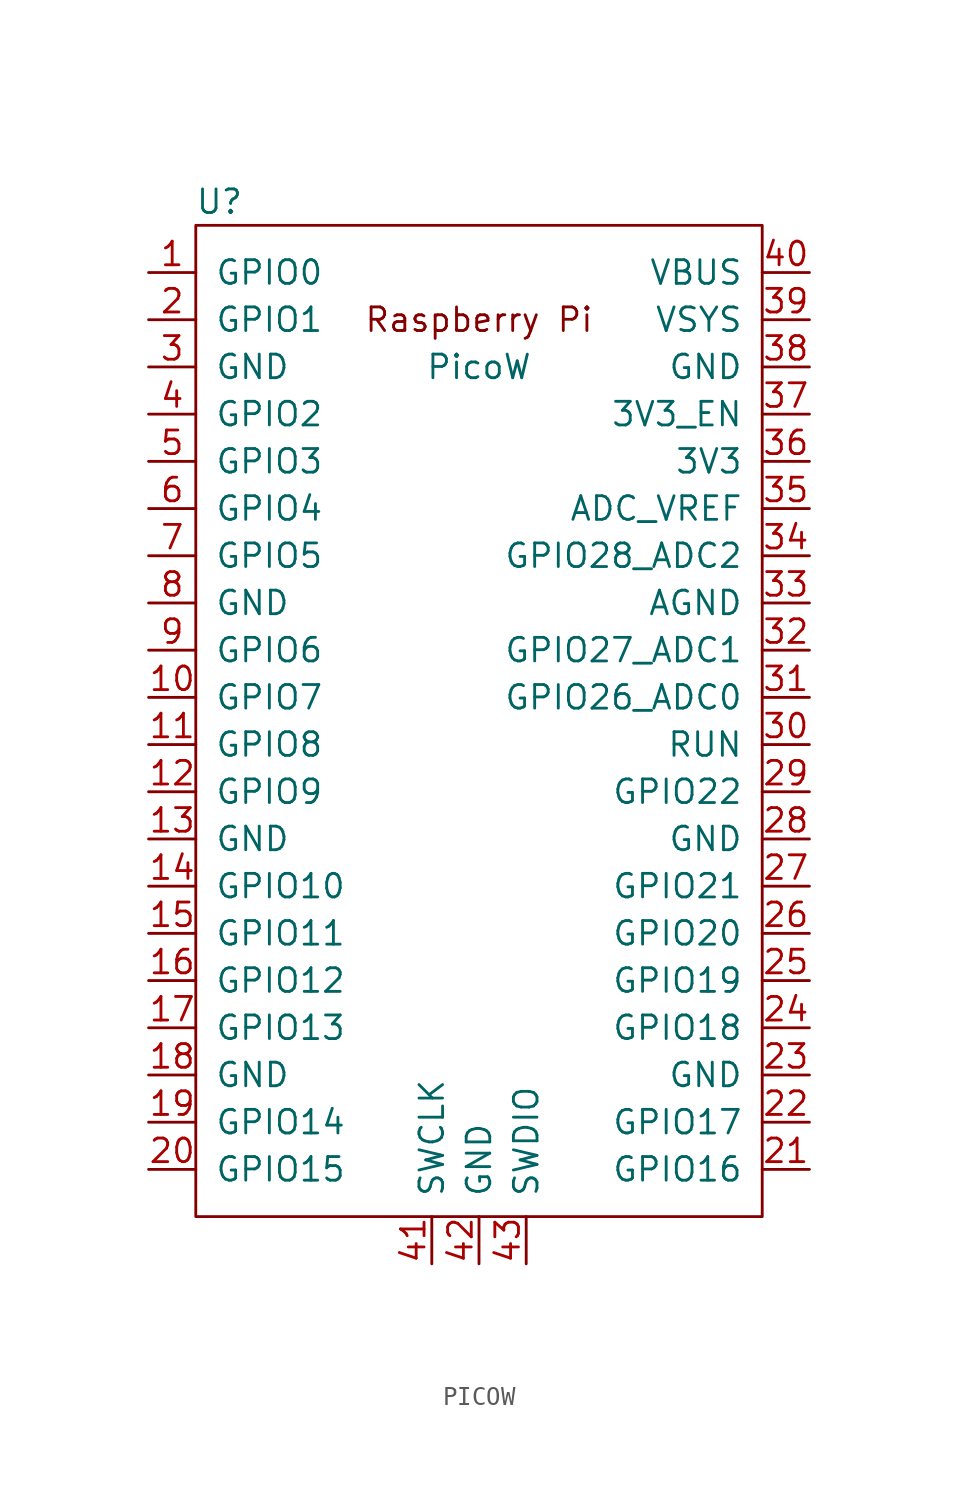
<source format=kicad_sym>
(kicad_symbol_lib
  (version 20231120)
  (generator "kicad_symbol_editor")
  (generator_version "8.0")
  (symbol "PICOW"
    (pin_names
      (offset 1.016))
    (property "Reference" "U"
      (at -13.97 27.94 0)
      (effects (font (size 1.27 1.27))))
    (property "Value" "PicoW"
      (at 0 19.05 0)
      (effects (font (size 1.27 1.27))))
    (symbol "PICOW_0_0"
      (text "Raspberry Pi" (at 0 21.59 0) (effects (font (size 1.27 1.27)))))
    (symbol "PICOW_1_1"
      (rectangle (start -15.24 26.67) (end 15.24 -26.67) (stroke (width 0) (type default)) (fill (type none)))
      (pin bidirectional line (at -17.78 24.13 0) (length 2.54) (name "GPIO0" (effects (font (size 1.27 1.27)))) (number "1" (effects (font (size 1.27 1.27)))))
      (pin bidirectional line (at -17.78 1.27 0) (length 2.54) (name "GPIO7" (effects (font (size 1.27 1.27)))) (number "10" (effects (font (size 1.27 1.27)))))
      (pin bidirectional line (at -17.78 -1.27 0) (length 2.54) (name "GPIO8" (effects (font (size 1.27 1.27)))) (number "11" (effects (font (size 1.27 1.27)))))
      (pin bidirectional line (at -17.78 -3.81 0) (length 2.54) (name "GPIO9" (effects (font (size 1.27 1.27)))) (number "12" (effects (font (size 1.27 1.27)))))
      (pin power_in line (at -17.78 -6.35 0) (length 2.54) (name "GND" (effects (font (size 1.27 1.27)))) (number "13" (effects (font (size 1.27 1.27)))))
      (pin bidirectional line (at -17.78 -8.89 0) (length 2.54) (name "GPIO10" (effects (font (size 1.27 1.27)))) (number "14" (effects (font (size 1.27 1.27)))))
      (pin bidirectional line (at -17.78 -11.43 0) (length 2.54) (name "GPIO11" (effects (font (size 1.27 1.27)))) (number "15" (effects (font (size 1.27 1.27)))))
      (pin bidirectional line (at -17.78 -13.97 0) (length 2.54) (name "GPIO12" (effects (font (size 1.27 1.27)))) (number "16" (effects (font (size 1.27 1.27)))))
      (pin bidirectional line (at -17.78 -16.51 0) (length 2.54) (name "GPIO13" (effects (font (size 1.27 1.27)))) (number "17" (effects (font (size 1.27 1.27)))))
      (pin power_in line (at -17.78 -19.05 0) (length 2.54) (name "GND" (effects (font (size 1.27 1.27)))) (number "18" (effects (font (size 1.27 1.27)))))
      (pin bidirectional line (at -17.78 -21.59 0) (length 2.54) (name "GPIO14" (effects (font (size 1.27 1.27)))) (number "19" (effects (font (size 1.27 1.27)))))
      (pin bidirectional line (at -17.78 21.59 0) (length 2.54) (name "GPIO1" (effects (font (size 1.27 1.27)))) (number "2" (effects (font (size 1.27 1.27)))))
      (pin bidirectional line (at -17.78 -24.13 0) (length 2.54) (name "GPIO15" (effects (font (size 1.27 1.27)))) (number "20" (effects (font (size 1.27 1.27)))))
      (pin bidirectional line (at 17.78 -24.13 180) (length 2.54) (name "GPIO16" (effects (font (size 1.27 1.27)))) (number "21" (effects (font (size 1.27 1.27)))))
      (pin bidirectional line (at 17.78 -21.59 180) (length 2.54) (name "GPIO17" (effects (font (size 1.27 1.27)))) (number "22" (effects (font (size 1.27 1.27)))))
      (pin power_in line (at 17.78 -19.05 180) (length 2.54) (name "GND" (effects (font (size 1.27 1.27)))) (number "23" (effects (font (size 1.27 1.27)))))
      (pin bidirectional line (at 17.78 -16.51 180) (length 2.54) (name "GPIO18" (effects (font (size 1.27 1.27)))) (number "24" (effects (font (size 1.27 1.27)))))
      (pin bidirectional line (at 17.78 -13.97 180) (length 2.54) (name "GPIO19" (effects (font (size 1.27 1.27)))) (number "25" (effects (font (size 1.27 1.27)))))
      (pin bidirectional line (at 17.78 -11.43 180) (length 2.54) (name "GPIO20" (effects (font (size 1.27 1.27)))) (number "26" (effects (font (size 1.27 1.27)))))
      (pin bidirectional line (at 17.78 -8.89 180) (length 2.54) (name "GPIO21" (effects (font (size 1.27 1.27)))) (number "27" (effects (font (size 1.27 1.27)))))
      (pin power_in line (at 17.78 -6.35 180) (length 2.54) (name "GND" (effects (font (size 1.27 1.27)))) (number "28" (effects (font (size 1.27 1.27)))))
      (pin bidirectional line (at 17.78 -3.81 180) (length 2.54) (name "GPIO22" (effects (font (size 1.27 1.27)))) (number "29" (effects (font (size 1.27 1.27)))))
      (pin power_in line (at -17.78 19.05 0) (length 2.54) (name "GND" (effects (font (size 1.27 1.27)))) (number "3" (effects (font (size 1.27 1.27)))))
      (pin input line (at 17.78 -1.27 180) (length 2.54) (name "RUN" (effects (font (size 1.27 1.27)))) (number "30" (effects (font (size 1.27 1.27)))))
      (pin bidirectional line (at 17.78 1.27 180) (length 2.54) (name "GPIO26_ADC0" (effects (font (size 1.27 1.27)))) (number "31" (effects (font (size 1.27 1.27)))))
      (pin bidirectional line (at 17.78 3.81 180) (length 2.54) (name "GPIO27_ADC1" (effects (font (size 1.27 1.27)))) (number "32" (effects (font (size 1.27 1.27)))))
      (pin power_in line (at 17.78 6.35 180) (length 2.54) (name "AGND" (effects (font (size 1.27 1.27)))) (number "33" (effects (font (size 1.27 1.27)))))
      (pin bidirectional line (at 17.78 8.89 180) (length 2.54) (name "GPIO28_ADC2" (effects (font (size 1.27 1.27)))) (number "34" (effects (font (size 1.27 1.27)))))
      (pin unspecified line (at 17.78 11.43 180) (length 2.54) (name "ADC_VREF" (effects (font (size 1.27 1.27)))) (number "35" (effects (font (size 1.27 1.27)))))
      (pin unspecified line (at 17.78 13.97 180) (length 2.54) (name "3V3" (effects (font (size 1.27 1.27)))) (number "36" (effects (font (size 1.27 1.27)))))
      (pin input line (at 17.78 16.51 180) (length 2.54) (name "3V3_EN" (effects (font (size 1.27 1.27)))) (number "37" (effects (font (size 1.27 1.27)))))
      (pin bidirectional line (at 17.78 19.05 180) (length 2.54) (name "GND" (effects (font (size 1.27 1.27)))) (number "38" (effects (font (size 1.27 1.27)))))
      (pin unspecified line (at 17.78 21.59 180) (length 2.54) (name "VSYS" (effects (font (size 1.27 1.27)))) (number "39" (effects (font (size 1.27 1.27)))))
      (pin bidirectional line (at -17.78 16.51 0) (length 2.54) (name "GPIO2" (effects (font (size 1.27 1.27)))) (number "4" (effects (font (size 1.27 1.27)))))
      (pin unspecified line (at 17.78 24.13 180) (length 2.54) (name "VBUS" (effects (font (size 1.27 1.27)))) (number "40" (effects (font (size 1.27 1.27)))))
      (pin input line (at -2.54 -29.21 90) (length 2.54) (name "SWCLK" (effects (font (size 1.27 1.27)))) (number "41" (effects (font (size 1.27 1.27)))))
      (pin power_in line (at 0 -29.21 90) (length 2.54) (name "GND" (effects (font (size 1.27 1.27)))) (number "42" (effects (font (size 1.27 1.27)))))
      (pin bidirectional line (at 2.54 -29.21 90) (length 2.54) (name "SWDIO" (effects (font (size 1.27 1.27)))) (number "43" (effects (font (size 1.27 1.27)))))
      (pin bidirectional line (at -17.78 13.97 0) (length 2.54) (name "GPIO3" (effects (font (size 1.27 1.27)))) (number "5" (effects (font (size 1.27 1.27)))))
      (pin bidirectional line (at -17.78 11.43 0) (length 2.54) (name "GPIO4" (effects (font (size 1.27 1.27)))) (number "6" (effects (font (size 1.27 1.27)))))
      (pin bidirectional line (at -17.78 8.89 0) (length 2.54) (name "GPIO5" (effects (font (size 1.27 1.27)))) (number "7" (effects (font (size 1.27 1.27)))))
      (pin power_in line (at -17.78 6.35 0) (length 2.54) (name "GND" (effects (font (size 1.27 1.27)))) (number "8" (effects (font (size 1.27 1.27)))))
      (pin bidirectional line (at -17.78 3.81 0) (length 2.54) (name "GPIO6" (effects (font (size 1.27 1.27)))) (number "9" (effects (font (size 1.27 1.27))))))))
</source>
